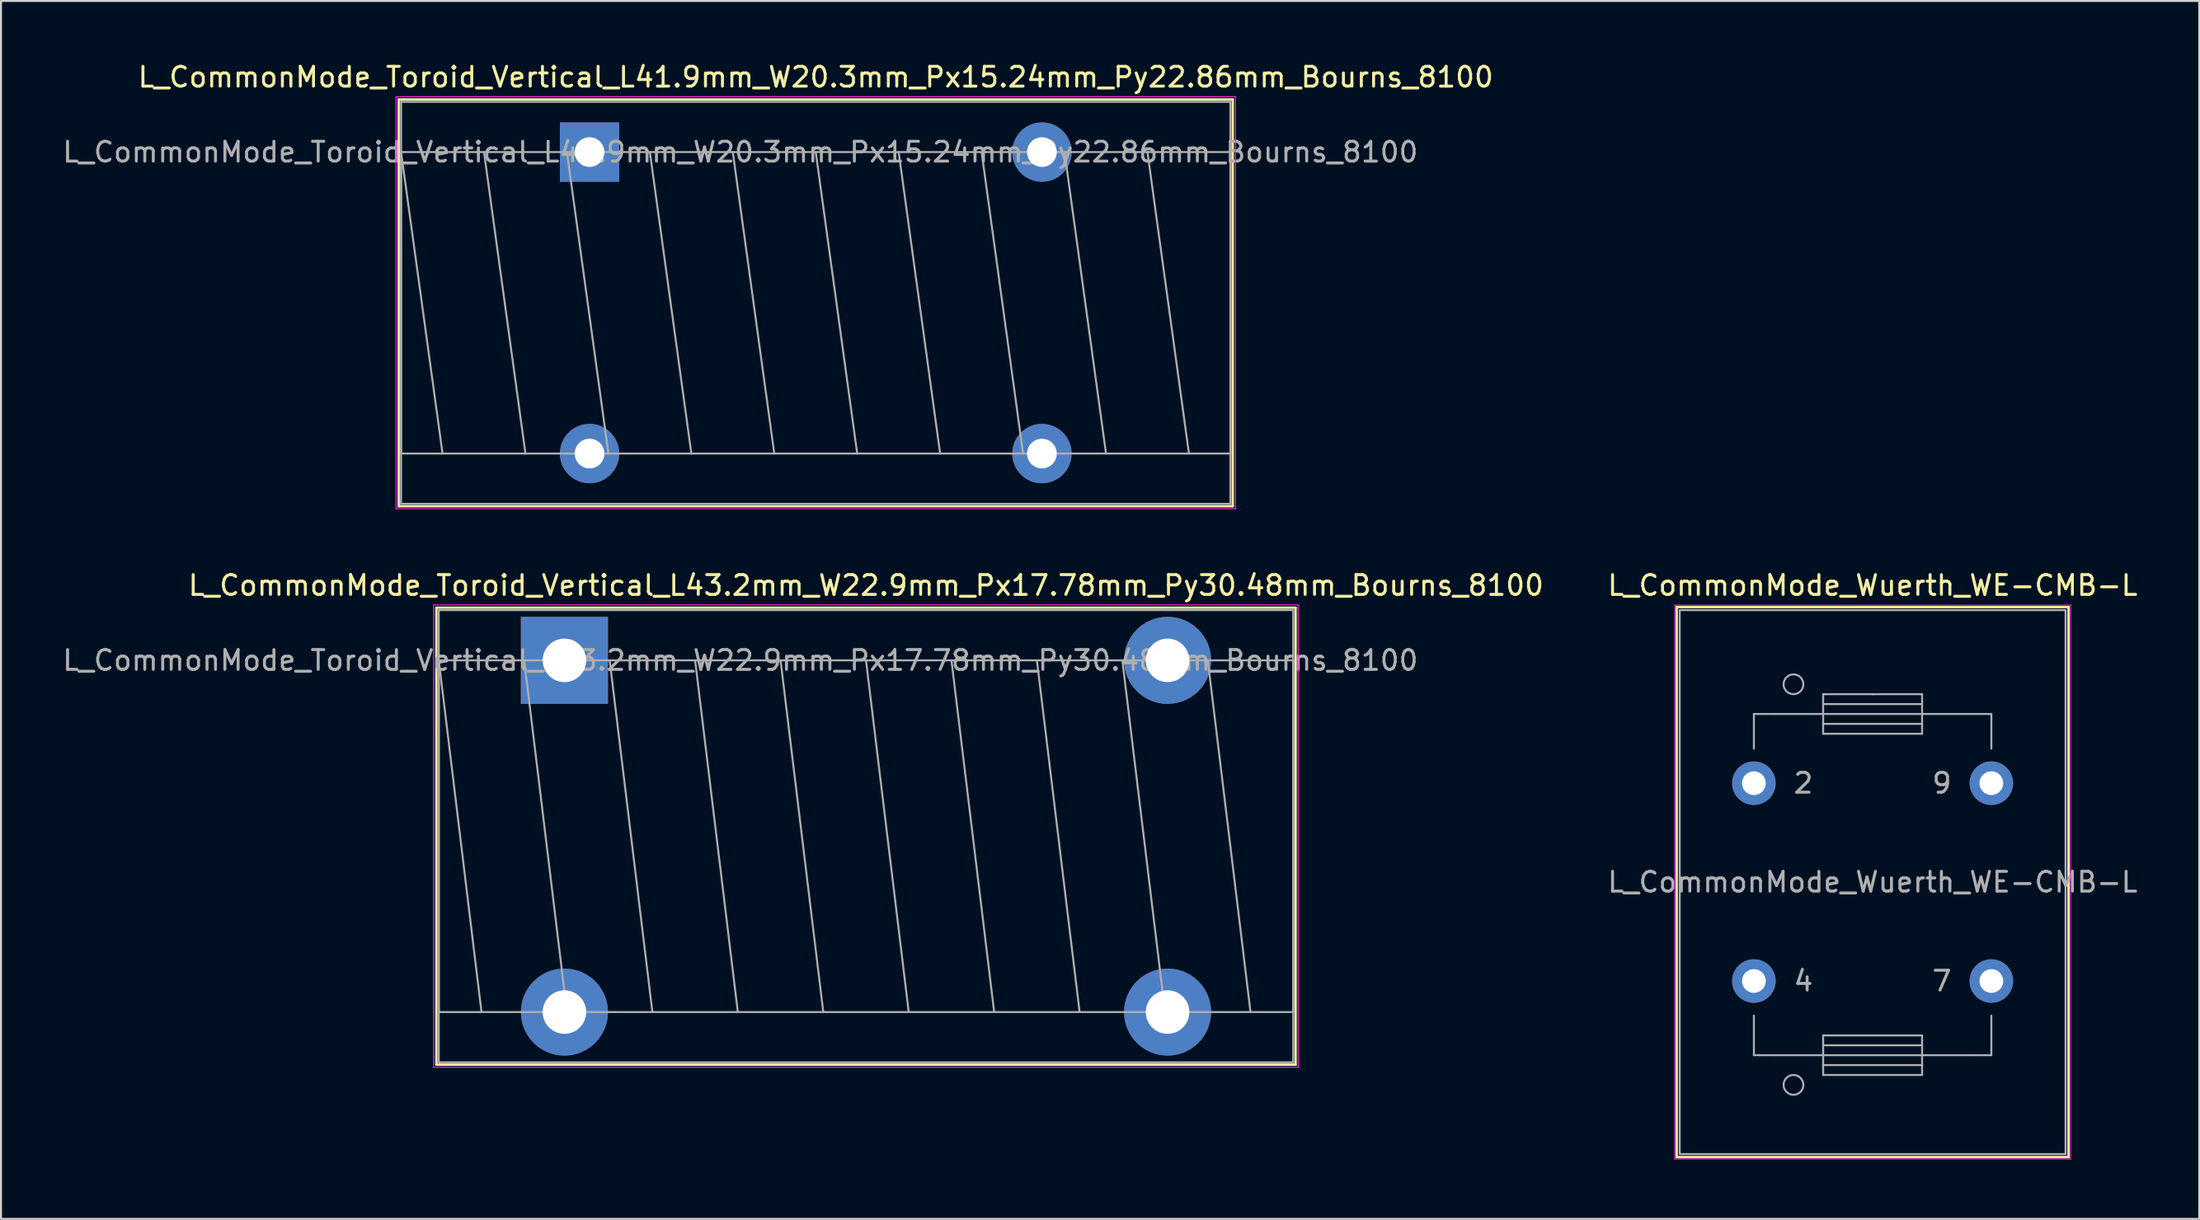
<source format=kicad_pcb>
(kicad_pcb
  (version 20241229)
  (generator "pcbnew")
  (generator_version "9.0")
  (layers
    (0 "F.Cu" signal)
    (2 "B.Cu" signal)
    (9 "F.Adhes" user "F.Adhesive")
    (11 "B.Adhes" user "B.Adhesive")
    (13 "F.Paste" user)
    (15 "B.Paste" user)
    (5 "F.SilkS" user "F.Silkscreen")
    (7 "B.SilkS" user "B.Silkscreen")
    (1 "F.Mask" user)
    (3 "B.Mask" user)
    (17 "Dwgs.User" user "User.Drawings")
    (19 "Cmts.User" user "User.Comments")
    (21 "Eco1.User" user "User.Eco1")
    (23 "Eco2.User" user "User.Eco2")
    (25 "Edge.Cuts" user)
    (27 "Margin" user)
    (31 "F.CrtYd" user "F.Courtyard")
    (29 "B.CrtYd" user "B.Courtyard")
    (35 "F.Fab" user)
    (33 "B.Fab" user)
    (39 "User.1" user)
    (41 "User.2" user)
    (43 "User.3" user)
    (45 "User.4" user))
  (footprint "L_CommonMode_Toroid_Vertical_L41.9mm_W20.3mm_Px15.24mm_Py22.86mm_Bourns_8100"
    (layer "F.Cu")
    (at 26.743 4.638)
    (property "Reference" "L_CommonMode_Toroid_Vertical_L41.9mm_W20.3mm_Px15.24mm_Py22.86mm_Bourns_8100" (at 11.43 -3.79 0) (layer "F.SilkS") (effects (font (size 1 1) (thickness 0.15))))
    (attr through_hole)
    (fp_line (start -9.645 -2.66) (end -9.645 17.9) (stroke (width 0.12) (type solid)) (layer "F.SilkS"))
    (fp_line (start -9.645 -2.66) (end 32.505 -2.66) (stroke (width 0.12) (type solid)) (layer "F.SilkS"))
    (fp_line (start -9.645 17.9) (end 32.505 17.9) (stroke (width 0.12) (type solid)) (layer "F.SilkS"))
    (fp_line (start 32.505 -2.66) (end 32.505 17.9) (stroke (width 0.12) (type solid)) (layer "F.SilkS"))
    (fp_line (start -9.78 -2.8) (end -9.78 18.03) (stroke (width 0.05) (type solid)) (layer "F.CrtYd"))
    (fp_line (start -9.78 18.03) (end 32.64 18.03) (stroke (width 0.05) (type solid)) (layer "F.CrtYd"))
    (fp_line (start 32.64 -2.8) (end -9.78 -2.8) (stroke (width 0.05) (type solid)) (layer "F.CrtYd"))
    (fp_line (start 32.64 18.03) (end 32.64 -2.8) (stroke (width 0.05) (type solid)) (layer "F.CrtYd"))
    (fp_line (start -9.525 -2.54) (end -9.525 17.78) (stroke (width 0.1) (type solid)) (layer "F.Fab"))
    (fp_line (start -9.525 0) (end -9.525 15.24) (stroke (width 0.1) (type solid)) (layer "F.Fab"))
    (fp_line (start -9.525 0) (end -7.429 15.24) (stroke (width 0.1) (type solid)) (layer "F.Fab"))
    (fp_line (start -9.525 15.24) (end 32.385 15.24) (stroke (width 0.1) (type solid)) (layer "F.Fab"))
    (fp_line (start -9.525 17.78) (end 32.385 17.78) (stroke (width 0.1) (type solid)) (layer "F.Fab"))
    (fp_line (start -5.334 0) (end -3.239 15.24) (stroke (width 0.1) (type solid)) (layer "F.Fab"))
    (fp_line (start -1.143 0) (end 0.953 15.24) (stroke (width 0.1) (type solid)) (layer "F.Fab"))
    (fp_line (start 3.048 0) (end 5.144 15.24) (stroke (width 0.1) (type solid)) (layer "F.Fab"))
    (fp_line (start 7.239 0) (end 9.335 15.24) (stroke (width 0.1) (type solid)) (layer "F.Fab"))
    (fp_line (start 11.43 0) (end 13.525 15.24) (stroke (width 0.1) (type solid)) (layer "F.Fab"))
    (fp_line (start 15.621 0) (end 17.716 15.24) (stroke (width 0.1) (type solid)) (layer "F.Fab"))
    (fp_line (start 19.812 0) (end 21.907 15.24) (stroke (width 0.1) (type solid)) (layer "F.Fab"))
    (fp_line (start 24.003 0) (end 26.099 15.24) (stroke (width 0.1) (type solid)) (layer "F.Fab"))
    (fp_line (start 28.194 0) (end 30.29 15.24) (stroke (width 0.1) (type solid)) (layer "F.Fab"))
    (fp_line (start 32.385 -2.54) (end -9.525 -2.54) (stroke (width 0.1) (type solid)) (layer "F.Fab"))
    (fp_line (start 32.385 0) (end -9.525 0) (stroke (width 0.1) (type solid)) (layer "F.Fab"))
    (fp_line (start 32.385 15.24) (end 32.385 0) (stroke (width 0.1) (type solid)) (layer "F.Fab"))
    (fp_line (start 32.385 17.78) (end 32.385 -2.54) (stroke (width 0.1) (type solid)) (layer "F.Fab"))
    (fp_text user "${REFERENCE}" (at 7.62 0 0) (layer "F.Fab") (effects (font (size 1 1) (thickness 0.15))))
    (pad "1" thru_hole rect (at 0 0) (size 3 3) (drill 1.5) (layers "*.Cu" "*.Mask"))
    (pad "2" thru_hole circle (at 0 15.24) (size 3 3) (drill 1.5) (layers "*.Cu" "*.Mask"))
    (pad "3" thru_hole circle (at 22.86 15.24) (size 3 3) (drill 1.5) (layers "*.Cu" "*.Mask"))
    (pad "4" thru_hole circle (at 22.86 0) (size 3 3) (drill 1.5) (layers "*.Cu" "*.Mask")))
  (footprint "L_CommonMode_Toroid_Vertical_L43.2mm_W22.9mm_Px17.78mm_Py30.48mm_Bourns_8100"
    (layer "F.Cu")
    (at 25.473 30.331)
    (property "Reference" "L_CommonMode_Toroid_Vertical_L43.2mm_W22.9mm_Px17.78mm_Py30.48mm_Bourns_8100" (at 15.24 -3.79 0) (layer "F.SilkS") (effects (font (size 1 1) (thickness 0.15))))
    (attr through_hole)
    (fp_line (start -6.47 -2.66) (end -6.47 20.44) (stroke (width 0.12) (type solid)) (layer "F.SilkS"))
    (fp_line (start -6.47 -2.66) (end 36.95 -2.66) (stroke (width 0.12) (type solid)) (layer "F.SilkS"))
    (fp_line (start -6.47 20.44) (end 36.95 20.44) (stroke (width 0.12) (type solid)) (layer "F.SilkS"))
    (fp_line (start 36.95 -2.66) (end 36.95 20.44) (stroke (width 0.12) (type solid)) (layer "F.SilkS"))
    (fp_line (start -6.61 -2.8) (end -6.61 20.57) (stroke (width 0.05) (type solid)) (layer "F.CrtYd"))
    (fp_line (start -6.61 20.57) (end 37.08 20.57) (stroke (width 0.05) (type solid)) (layer "F.CrtYd"))
    (fp_line (start 37.08 -2.8) (end -6.61 -2.8) (stroke (width 0.05) (type solid)) (layer "F.CrtYd"))
    (fp_line (start 37.08 20.57) (end 37.08 -2.8) (stroke (width 0.05) (type solid)) (layer "F.CrtYd"))
    (fp_line (start -6.35 -2.54) (end -6.35 20.32) (stroke (width 0.1) (type solid)) (layer "F.Fab"))
    (fp_line (start -6.35 0) (end -6.35 17.78) (stroke (width 0.1) (type solid)) (layer "F.Fab"))
    (fp_line (start -6.35 0) (end -4.191 17.78) (stroke (width 0.1) (type solid)) (layer "F.Fab"))
    (fp_line (start -6.35 17.78) (end 36.83 17.78) (stroke (width 0.1) (type solid)) (layer "F.Fab"))
    (fp_line (start -6.35 20.32) (end 36.83 20.32) (stroke (width 0.1) (type solid)) (layer "F.Fab"))
    (fp_line (start -2.032 0) (end 0.127 17.78) (stroke (width 0.1) (type solid)) (layer "F.Fab"))
    (fp_line (start 2.286 0) (end 4.445 17.78) (stroke (width 0.1) (type solid)) (layer "F.Fab"))
    (fp_line (start 6.604 0) (end 8.763 17.78) (stroke (width 0.1) (type solid)) (layer "F.Fab"))
    (fp_line (start 10.922 0) (end 13.081 17.78) (stroke (width 0.1) (type solid)) (layer "F.Fab"))
    (fp_line (start 15.24 0) (end 17.399 17.78) (stroke (width 0.1) (type solid)) (layer "F.Fab"))
    (fp_line (start 19.558 0) (end 21.717 17.78) (stroke (width 0.1) (type solid)) (layer "F.Fab"))
    (fp_line (start 23.876 0) (end 26.035 17.78) (stroke (width 0.1) (type solid)) (layer "F.Fab"))
    (fp_line (start 28.194 0) (end 30.353 17.78) (stroke (width 0.1) (type solid)) (layer "F.Fab"))
    (fp_line (start 32.512 0) (end 34.671 17.78) (stroke (width 0.1) (type solid)) (layer "F.Fab"))
    (fp_line (start 36.83 -2.54) (end -6.35 -2.54) (stroke (width 0.1) (type solid)) (layer "F.Fab"))
    (fp_line (start 36.83 0) (end -6.35 0) (stroke (width 0.1) (type solid)) (layer "F.Fab"))
    (fp_line (start 36.83 17.78) (end 36.83 0) (stroke (width 0.1) (type solid)) (layer "F.Fab"))
    (fp_line (start 36.83 20.32) (end 36.83 -2.54) (stroke (width 0.1) (type solid)) (layer "F.Fab"))
    (fp_text user "${REFERENCE}" (at 8.89 0 0) (layer "F.Fab") (effects (font (size 1 1) (thickness 0.15))))
    (pad "1" thru_hole rect (at 0 0) (size 4.4 4.4) (drill 2.2) (layers "*.Cu" "*.Mask"))
    (pad "2" thru_hole circle (at 0 17.78) (size 4.4 4.4) (drill 2.2) (layers "*.Cu" "*.Mask"))
    (pad "3" thru_hole circle (at 30.48 17.78) (size 4.4 4.4) (drill 2.2) (layers "*.Cu" "*.Mask"))
    (pad "4" thru_hole circle (at 30.48 0) (size 4.4 4.4) (drill 2.2) (layers "*.Cu" "*.Mask")))
  (footprint "L_CommonMode_Wuerth_WE-CMB-L"
    (layer "F.Cu")
    (at 85.582 36.541)
    (property "Reference" "L_CommonMode_Wuerth_WE-CMB-L" (at 6 -10 0) (layer "F.SilkS") (effects (font (size 1 1) (thickness 0.15))))
    (attr through_hole)
    (fp_line (start -3.9 18.9) (end -3.9 -8.9) (stroke (width 0.12) (type solid)) (layer "F.SilkS"))
    (fp_line (start -3.9 18.9) (end 15.9 18.9) (stroke (width 0.12) (type solid)) (layer "F.SilkS"))
    (fp_line (start 15.9 -8.9) (end -3.9 -8.9) (stroke (width 0.12) (type solid)) (layer "F.SilkS"))
    (fp_line (start 15.9 18.9) (end 15.9 -8.9) (stroke (width 0.12) (type solid)) (layer "F.SilkS"))
    (fp_line (start -4 -9) (end -4 19) (stroke (width 0.05) (type solid)) (layer "F.CrtYd"))
    (fp_line (start -4 19) (end 16 19) (stroke (width 0.05) (type solid)) (layer "F.CrtYd"))
    (fp_line (start 16 -9) (end -4 -9) (stroke (width 0.05) (type solid)) (layer "F.CrtYd"))
    (fp_line (start 16 19) (end 16 -9) (stroke (width 0.05) (type solid)) (layer "F.CrtYd"))
    (fp_line (start -3.75 -8.75) (end -3.75 18.75) (stroke (width 0.1) (type solid)) (layer "F.Fab"))
    (fp_line (start 0 -3.5) (end 0 -1.75) (stroke (width 0.1) (type solid)) (layer "F.Fab"))
    (fp_line (start 0 13.75) (end 0 11.75) (stroke (width 0.1) (type solid)) (layer "F.Fab"))
    (fp_line (start 1 -3.5) (end 0 -3.5) (stroke (width 0.1) (type solid)) (layer "F.Fab"))
    (fp_line (start 1 13.75) (end 0 13.75) (stroke (width 0.1) (type solid)) (layer "F.Fab"))
    (fp_line (start 1 13.75) (end 3.5 13.75) (stroke (width 0.1) (type solid)) (layer "F.Fab"))
    (fp_line (start 3.5 -4.5) (end 6 -4.5) (stroke (width 0.1) (type solid)) (layer "F.Fab"))
    (fp_line (start 3.5 -3.5) (end 1 -3.5) (stroke (width 0.1) (type solid)) (layer "F.Fab"))
    (fp_line (start 3.5 -3.5) (end 8.5 -3.5) (stroke (width 0.1) (type solid)) (layer "F.Fab"))
    (fp_line (start 3.5 -3) (end 8.5 -3) (stroke (width 0.1) (type solid)) (layer "F.Fab"))
    (fp_line (start 3.5 -2.5) (end 3.5 -4.5) (stroke (width 0.1) (type solid)) (layer "F.Fab"))
    (fp_line (start 3.5 12.75) (end 8.5 12.75) (stroke (width 0.1) (type solid)) (layer "F.Fab"))
    (fp_line (start 3.5 14.25) (end 8.5 14.25) (stroke (width 0.1) (type solid)) (layer "F.Fab"))
    (fp_line (start 3.5 14.75) (end 3.5 12.75) (stroke (width 0.1) (type solid)) (layer "F.Fab"))
    (fp_line (start 6 -4.5) (end 8.5 -4.5) (stroke (width 0.1) (type solid)) (layer "F.Fab"))
    (fp_line (start 8.5 -4.5) (end 8.5 -2.5) (stroke (width 0.1) (type solid)) (layer "F.Fab"))
    (fp_line (start 8.5 -4) (end 3.5 -4) (stroke (width 0.1) (type solid)) (layer "F.Fab"))
    (fp_line (start 8.5 -3.5) (end 11 -3.5) (stroke (width 0.1) (type solid)) (layer "F.Fab"))
    (fp_line (start 8.5 -2.5) (end 3.5 -2.5) (stroke (width 0.1) (type solid)) (layer "F.Fab"))
    (fp_line (start 8.5 12.75) (end 8.5 14.75) (stroke (width 0.1) (type solid)) (layer "F.Fab"))
    (fp_line (start 8.5 13.25) (end 3.5 13.25) (stroke (width 0.1) (type solid)) (layer "F.Fab"))
    (fp_line (start 8.5 13.75) (end 3.5 13.75) (stroke (width 0.1) (type solid)) (layer "F.Fab"))
    (fp_line (start 8.5 14.75) (end 3.5 14.75) (stroke (width 0.1) (type solid)) (layer "F.Fab"))
    (fp_line (start 11 -3.5) (end 12 -3.5) (stroke (width 0.1) (type solid)) (layer "F.Fab"))
    (fp_line (start 11 13.75) (end 8.5 13.75) (stroke (width 0.1) (type solid)) (layer "F.Fab"))
    (fp_line (start 11 13.75) (end 12 13.75) (stroke (width 0.1) (type solid)) (layer "F.Fab"))
    (fp_line (start 12 -3.5) (end 12 -1.75) (stroke (width 0.1) (type solid)) (layer "F.Fab"))
    (fp_line (start 12 13.75) (end 12 11.75) (stroke (width 0.1) (type solid)) (layer "F.Fab"))
    (fp_line (start 15.75 -8.75) (end -3.75 -8.75) (stroke (width 0.1) (type solid)) (layer "F.Fab"))
    (fp_line (start 15.75 -8.75) (end 15.75 18.75) (stroke (width 0.1) (type solid)) (layer "F.Fab"))
    (fp_line (start 15.75 18.75) (end -3.75 18.75) (stroke (width 0.1) (type solid)) (layer "F.Fab"))
    (fp_circle (center 2 -5) (end 2.5 -5) (stroke (width 0.1) (type solid)) (fill no) (layer "F.Fab"))
    (fp_circle (center 2 15.25) (end 2.5 15.25) (stroke (width 0.1) (type solid)) (fill no) (layer "F.Fab"))
    (fp_text user "2" (at 2.5 0 0) (layer "F.Fab") (effects (font (size 1 1) (thickness 0.15))))
    (fp_text user "4" (at 2.5 10 0) (layer "F.Fab") (effects (font (size 1 1) (thickness 0.15))))
    (fp_text user "9" (at 9.5 0 0) (layer "F.Fab") (effects (font (size 1 1) (thickness 0.15))))
    (fp_text user "${REFERENCE}" (at 6 5 0) (layer "F.Fab") (effects (font (size 1 1) (thickness 0.15))))
    (fp_text user "7" (at 9.5 10 0) (layer "F.Fab") (effects (font (size 1 1) (thickness 0.15))))
    (pad "2" thru_hole circle (at 0 0) (size 2.2 2.2) (drill 1.2) (layers "*.Cu" "*.Mask"))
    (pad "4" thru_hole circle (at 0 10) (size 2.2 2.2) (drill 1.2) (layers "*.Cu" "*.Mask"))
    (pad "7" thru_hole circle (at 12 10) (size 2.2 2.2) (drill 1.2) (layers "*.Cu" "*.Mask"))
    (pad "9" thru_hole circle (at 12 0) (size 2.2 2.2) (drill 1.2) (layers "*.Cu" "*.Mask")))
  (gr_rect
    (start -3 -3)
    (end 108.088 58.566)
    (stroke (width 0.1) (type default))
    (fill no)
    (layer "Edge.Cuts")))
</source>
